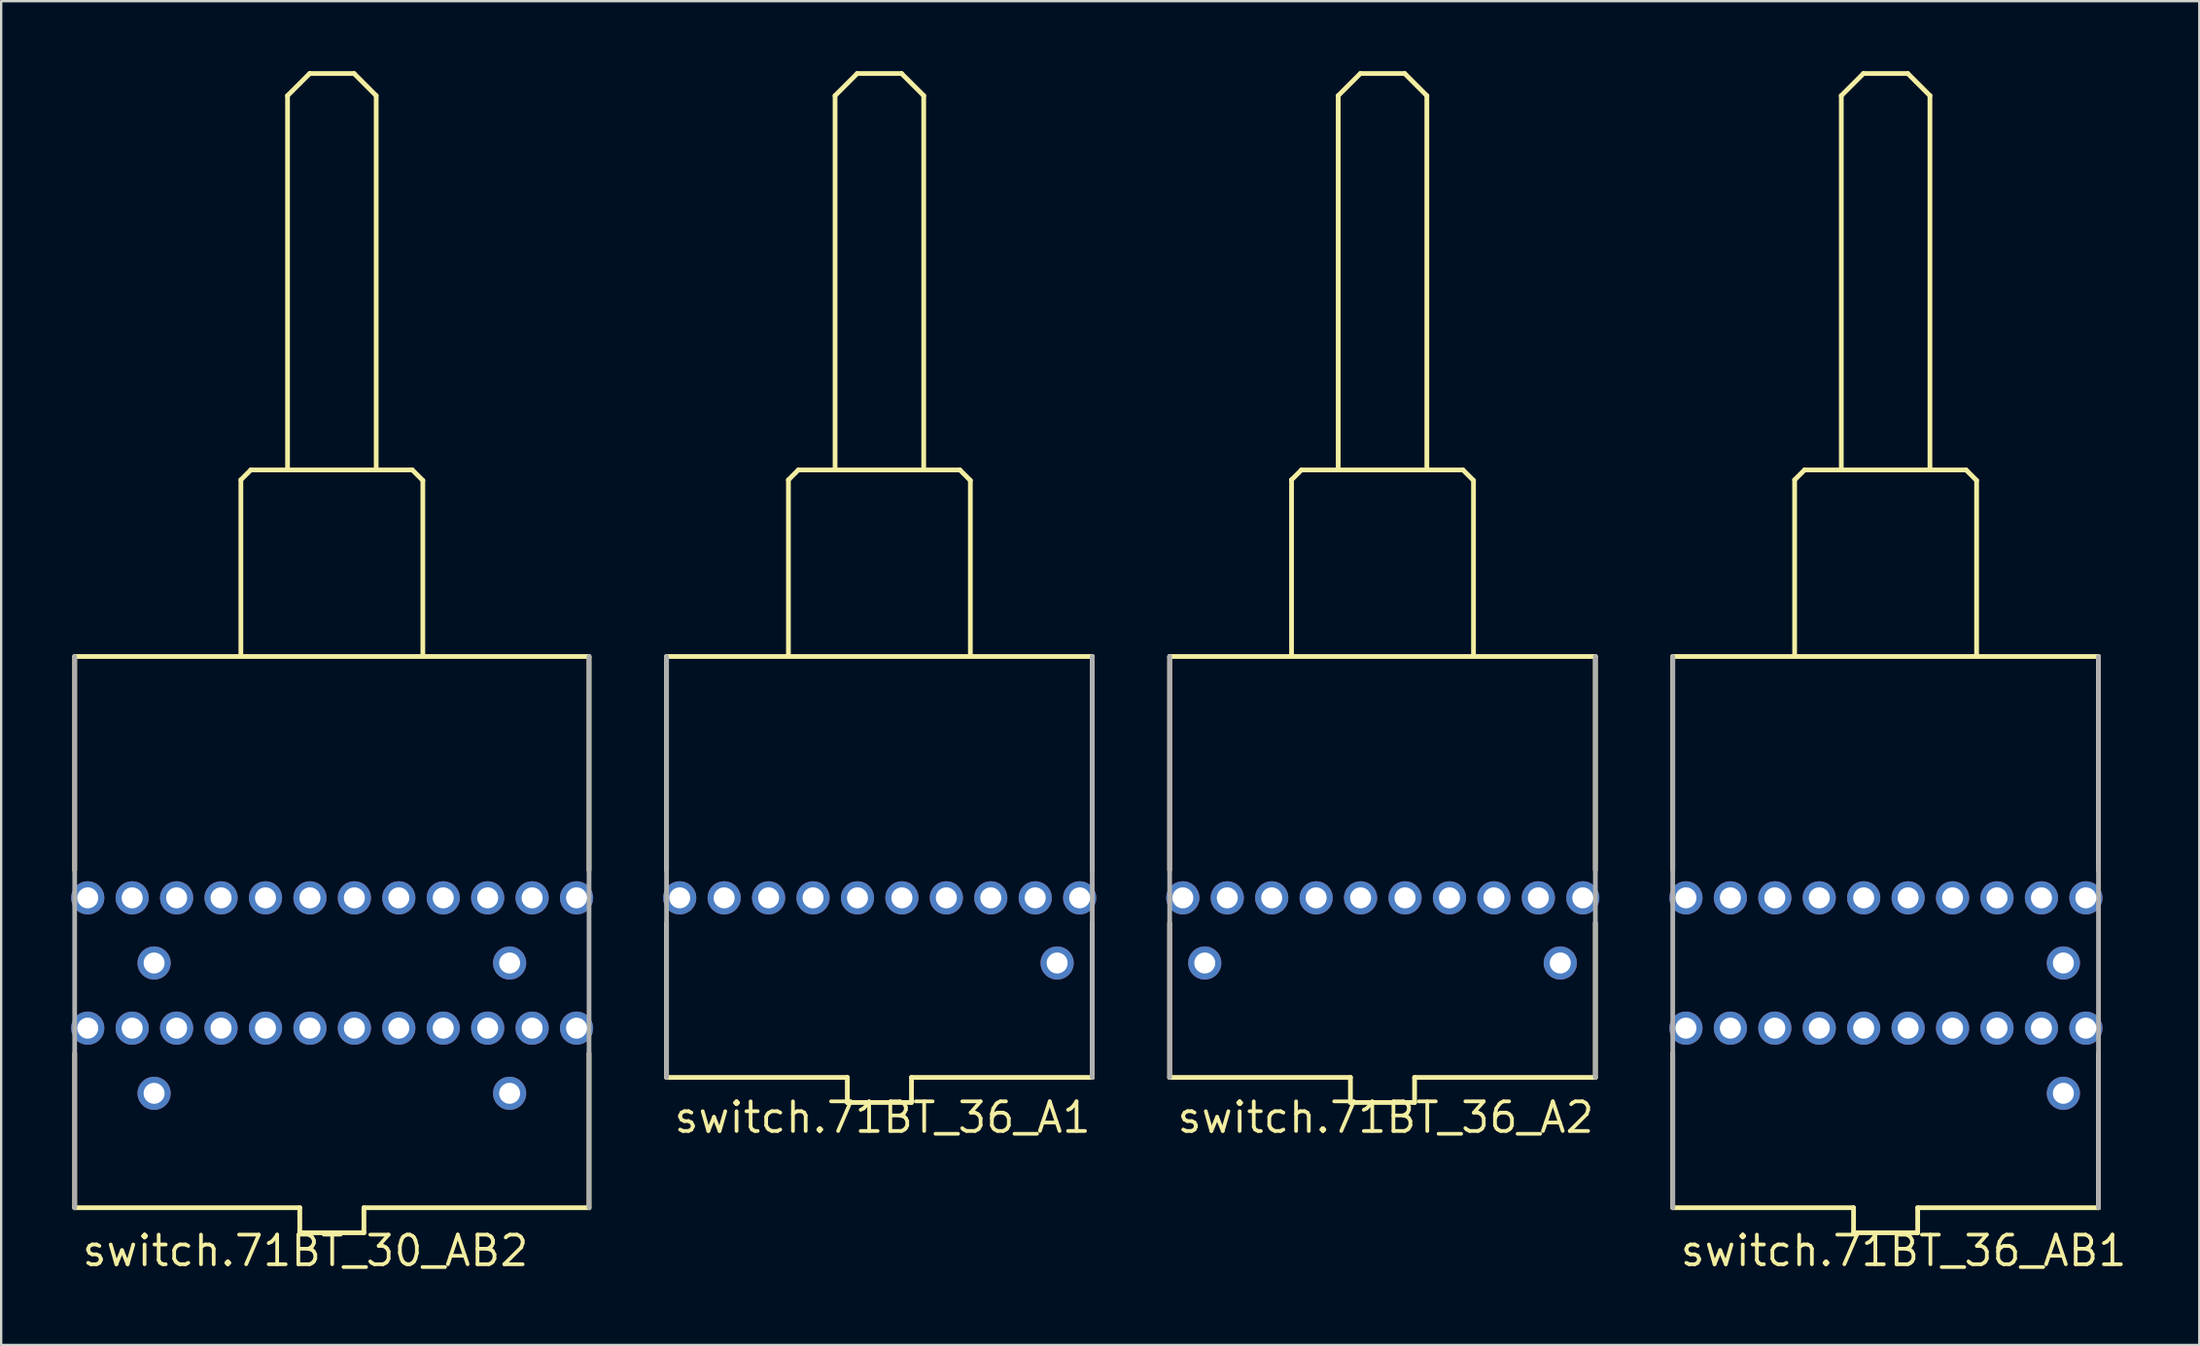
<source format=kicad_pcb>
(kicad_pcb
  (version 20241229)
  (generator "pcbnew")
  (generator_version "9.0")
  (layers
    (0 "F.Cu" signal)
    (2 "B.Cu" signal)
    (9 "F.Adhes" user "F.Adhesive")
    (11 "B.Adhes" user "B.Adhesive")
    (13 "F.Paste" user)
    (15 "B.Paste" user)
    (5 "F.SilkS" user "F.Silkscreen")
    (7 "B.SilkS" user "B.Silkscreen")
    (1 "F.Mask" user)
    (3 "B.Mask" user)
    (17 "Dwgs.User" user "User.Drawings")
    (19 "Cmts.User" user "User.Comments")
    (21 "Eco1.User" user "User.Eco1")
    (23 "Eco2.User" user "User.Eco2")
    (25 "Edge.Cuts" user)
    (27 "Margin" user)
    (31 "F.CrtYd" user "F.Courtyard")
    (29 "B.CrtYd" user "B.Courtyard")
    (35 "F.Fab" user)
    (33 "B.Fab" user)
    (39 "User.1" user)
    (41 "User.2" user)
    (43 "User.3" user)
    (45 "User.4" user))
  (footprint "switch.71BT_36_A2"
    (layer "F.Cu")
    (at 56.216 35.452)
    (property "Reference" "switch.71BT_36_A2" (at -8.89 10.16 0) (layer "F.SilkS") (effects (font (size 1.27 1.27) (thickness 0.16)) (justify left bottom)))
    (attr through_hole)
    (fp_line (start -9.125 -10.35) (end -9.125 -1.19) (stroke (width 0.203) (type default)) (layer "F.SilkS"))
    (fp_line (start -9.125 1.08) (end -9.125 7.7) (stroke (width 0.203) (type default)) (layer "F.SilkS"))
    (fp_line (start -9.125 7.7) (end -1.375 7.7) (stroke (width 0.203) (type default)) (layer "F.SilkS"))
    (fp_line (start -3.9 -17.925) (end -3.475 -18.35) (stroke (width 0.203) (type default)) (layer "F.SilkS"))
    (fp_line (start -3.9 -10.4) (end -3.9 -17.925) (stroke (width 0.203) (type default)) (layer "F.SilkS"))
    (fp_line (start -3.475 -18.35) (end -1.9 -18.35) (stroke (width 0.203) (type default)) (layer "F.SilkS"))
    (fp_line (start -1.9 -34.4) (end -0.95 -35.35) (stroke (width 0.203) (type default)) (layer "F.SilkS"))
    (fp_line (start -1.9 -18.35) (end -1.9 -34.4) (stroke (width 0.203) (type default)) (layer "F.SilkS"))
    (fp_line (start -1.9 -18.35) (end 1.9 -18.35) (stroke (width 0.203) (type default)) (layer "F.SilkS"))
    (fp_line (start -1.375 7.7) (end -1.375 8.775) (stroke (width 0.203) (type default)) (layer "F.SilkS"))
    (fp_line (start -1.375 8.775) (end 1.375 8.775) (stroke (width 0.203) (type default)) (layer "F.SilkS"))
    (fp_line (start -0.95 -35.35) (end 0.95 -35.35) (stroke (width 0.203) (type default)) (layer "F.SilkS"))
    (fp_line (start 0.95 -35.35) (end 1.9 -34.4) (stroke (width 0.203) (type default)) (layer "F.SilkS"))
    (fp_line (start 1.375 7.7) (end 9.125 7.7) (stroke (width 0.203) (type default)) (layer "F.SilkS"))
    (fp_line (start 1.375 8.775) (end 1.375 7.7) (stroke (width 0.203) (type default)) (layer "F.SilkS"))
    (fp_line (start 1.9 -34.4) (end 1.9 -18.35) (stroke (width 0.203) (type default)) (layer "F.SilkS"))
    (fp_line (start 1.9 -18.35) (end 3.45 -18.35) (stroke (width 0.203) (type default)) (layer "F.SilkS"))
    (fp_line (start 3.9 -17.9) (end 3.45 -18.35) (stroke (width 0.203) (type default)) (layer "F.SilkS"))
    (fp_line (start 3.9 -10.375) (end 3.9 -17.9) (stroke (width 0.203) (type default)) (layer "F.SilkS"))
    (fp_line (start 9.125 -10.35) (end -9.125 -10.35) (stroke (width 0.203) (type default)) (layer "F.SilkS"))
    (fp_line (start 9.125 -1.19) (end 9.125 -10.35) (stroke (width 0.203) (type default)) (layer "F.SilkS"))
    (fp_line (start 9.125 7.7) (end 9.125 1.08) (stroke (width 0.203) (type default)) (layer "F.SilkS"))
    (fp_line (start -9.125 -10.35) (end -9.125 7.7) (stroke (width 0.203) (type default)) (layer "F.Fab"))
    (fp_line (start 9.125 7.7) (end 9.125 -10.35) (stroke (width 0.203) (type default)) (layer "F.Fab"))
    (pad "A-C1" thru_hole circle (at 7.62 2.794) (size 1.422 1.422) (drill 0.9) (layers "*.Cu" "*.Mask"))
    (pad "A-C2" thru_hole circle (at -7.62 2.794 180) (size 1.422 1.422) (drill 0.9) (layers "*.Cu" "*.Mask"))
    (pad "A1" thru_hole circle (at 8.585 0 90) (size 1.422 1.422) (drill 0.9) (layers "*.Cu" "*.Mask"))
    (pad "A2" thru_hole circle (at 6.68 0 90) (size 1.422 1.422) (drill 0.9) (layers "*.Cu" "*.Mask"))
    (pad "A3" thru_hole circle (at 4.775 0 90) (size 1.422 1.422) (drill 0.9) (layers "*.Cu" "*.Mask"))
    (pad "A4" thru_hole circle (at 2.87 0 90) (size 1.422 1.422) (drill 0.9) (layers "*.Cu" "*.Mask"))
    (pad "A5" thru_hole circle (at 0.965 0 90) (size 1.422 1.422) (drill 0.9) (layers "*.Cu" "*.Mask"))
    (pad "A6" thru_hole circle (at -0.94 0 90) (size 1.422 1.422) (drill 0.9) (layers "*.Cu" "*.Mask"))
    (pad "A7" thru_hole circle (at -2.845 0 90) (size 1.422 1.422) (drill 0.9) (layers "*.Cu" "*.Mask"))
    (pad "A8" thru_hole circle (at -4.75 0 90) (size 1.422 1.422) (drill 0.9) (layers "*.Cu" "*.Mask"))
    (pad "A9" thru_hole circle (at -6.655 0 90) (size 1.422 1.422) (drill 0.9) (layers "*.Cu" "*.Mask"))
    (pad "A10" thru_hole circle (at -8.56 0 90) (size 1.422 1.422) (drill 0.9) (layers "*.Cu" "*.Mask")))
  (footprint "switch.71BT_30_AB2"
    (layer "F.Cu")
    (at 11.176 35.452)
    (property "Reference" "switch.71BT_30_AB2" (at -10.795 15.875 0) (layer "F.SilkS") (effects (font (size 1.27 1.27) (thickness 0.16)) (justify left bottom)))
    (attr through_hole)
    (fp_line (start -11.025 -10.35) (end -11.025 -1.19) (stroke (width 0.203) (type default)) (layer "F.SilkS"))
    (fp_line (start -11.025 6.668) (end -11.025 13.288) (stroke (width 0.203) (type default)) (layer "F.SilkS"))
    (fp_line (start -11.025 13.288) (end -1.375 13.288) (stroke (width 0.203) (type default)) (layer "F.SilkS"))
    (fp_line (start -3.9 -17.925) (end -3.475 -18.35) (stroke (width 0.203) (type default)) (layer "F.SilkS"))
    (fp_line (start -3.9 -10.4) (end -3.9 -17.925) (stroke (width 0.203) (type default)) (layer "F.SilkS"))
    (fp_line (start -3.475 -18.35) (end -1.9 -18.35) (stroke (width 0.203) (type default)) (layer "F.SilkS"))
    (fp_line (start -1.9 -34.4) (end -0.95 -35.35) (stroke (width 0.203) (type default)) (layer "F.SilkS"))
    (fp_line (start -1.9 -18.35) (end -1.9 -34.4) (stroke (width 0.203) (type default)) (layer "F.SilkS"))
    (fp_line (start -1.9 -18.35) (end 1.9 -18.35) (stroke (width 0.203) (type default)) (layer "F.SilkS"))
    (fp_line (start -1.375 13.288) (end -1.375 14.363) (stroke (width 0.203) (type default)) (layer "F.SilkS"))
    (fp_line (start -1.375 14.363) (end 1.375 14.363) (stroke (width 0.203) (type default)) (layer "F.SilkS"))
    (fp_line (start -0.95 -35.35) (end 0.95 -35.35) (stroke (width 0.203) (type default)) (layer "F.SilkS"))
    (fp_line (start 0.95 -35.35) (end 1.9 -34.4) (stroke (width 0.203) (type default)) (layer "F.SilkS"))
    (fp_line (start 1.375 13.288) (end 11.025 13.288) (stroke (width 0.203) (type default)) (layer "F.SilkS"))
    (fp_line (start 1.375 14.363) (end 1.375 13.288) (stroke (width 0.203) (type default)) (layer "F.SilkS"))
    (fp_line (start 1.9 -34.4) (end 1.9 -18.35) (stroke (width 0.203) (type default)) (layer "F.SilkS"))
    (fp_line (start 1.9 -18.35) (end 3.45 -18.35) (stroke (width 0.203) (type default)) (layer "F.SilkS"))
    (fp_line (start 3.9 -17.9) (end 3.45 -18.35) (stroke (width 0.203) (type default)) (layer "F.SilkS"))
    (fp_line (start 3.9 -10.375) (end 3.9 -17.9) (stroke (width 0.203) (type default)) (layer "F.SilkS"))
    (fp_line (start 11.025 -10.35) (end -11.025 -10.35) (stroke (width 0.203) (type default)) (layer "F.SilkS"))
    (fp_line (start 11.025 -1.19) (end 11.025 -10.35) (stroke (width 0.203) (type default)) (layer "F.SilkS"))
    (fp_line (start 11.025 13.288) (end 11.025 6.668) (stroke (width 0.203) (type default)) (layer "F.SilkS"))
    (fp_line (start -11.025 -10.35) (end -11.025 13.288) (stroke (width 0.203) (type default)) (layer "F.Fab"))
    (fp_line (start 11.025 13.288) (end 11.025 -10.35) (stroke (width 0.203) (type default)) (layer "F.Fab"))
    (pad "A-C1" thru_hole circle (at 7.62 2.794) (size 1.422 1.422) (drill 0.9) (layers "*.Cu" "*.Mask"))
    (pad "A-C2" thru_hole circle (at -7.62 2.794 180) (size 1.422 1.422) (drill 0.9) (layers "*.Cu" "*.Mask"))
    (pad "A1" thru_hole circle (at 10.49 0 90) (size 1.422 1.422) (drill 0.9) (layers "*.Cu" "*.Mask"))
    (pad "A2" thru_hole circle (at 8.585 0 90) (size 1.422 1.422) (drill 0.9) (layers "*.Cu" "*.Mask"))
    (pad "A3" thru_hole circle (at 6.68 0 90) (size 1.422 1.422) (drill 0.9) (layers "*.Cu" "*.Mask"))
    (pad "A4" thru_hole circle (at 4.775 0 90) (size 1.422 1.422) (drill 0.9) (layers "*.Cu" "*.Mask"))
    (pad "A5" thru_hole circle (at 2.87 0 90) (size 1.422 1.422) (drill 0.9) (layers "*.Cu" "*.Mask"))
    (pad "A6" thru_hole circle (at 0.965 0 90) (size 1.422 1.422) (drill 0.9) (layers "*.Cu" "*.Mask"))
    (pad "A7" thru_hole circle (at -0.94 0 90) (size 1.422 1.422) (drill 0.9) (layers "*.Cu" "*.Mask"))
    (pad "A8" thru_hole circle (at -2.845 0 90) (size 1.422 1.422) (drill 0.9) (layers "*.Cu" "*.Mask"))
    (pad "A9" thru_hole circle (at -4.75 0 90) (size 1.422 1.422) (drill 0.9) (layers "*.Cu" "*.Mask"))
    (pad "A10" thru_hole circle (at -6.655 0 90) (size 1.422 1.422) (drill 0.9) (layers "*.Cu" "*.Mask"))
    (pad "A11" thru_hole circle (at -8.56 0 90) (size 1.422 1.422) (drill 0.9) (layers "*.Cu" "*.Mask"))
    (pad "A12" thru_hole circle (at -10.465 0 90) (size 1.422 1.422) (drill 0.9) (layers "*.Cu" "*.Mask"))
    (pad "B-C1" thru_hole circle (at 7.62 8.382) (size 1.422 1.422) (drill 0.9) (layers "*.Cu" "*.Mask"))
    (pad "B-C2" thru_hole circle (at -7.62 8.382 180) (size 1.422 1.422) (drill 0.9) (layers "*.Cu" "*.Mask"))
    (pad "B1" thru_hole circle (at 10.49 5.588 90) (size 1.422 1.422) (drill 0.9) (layers "*.Cu" "*.Mask"))
    (pad "B2" thru_hole circle (at 8.585 5.588 90) (size 1.422 1.422) (drill 0.9) (layers "*.Cu" "*.Mask"))
    (pad "B3" thru_hole circle (at 6.68 5.588 90) (size 1.422 1.422) (drill 0.9) (layers "*.Cu" "*.Mask"))
    (pad "B4" thru_hole circle (at 4.775 5.588 90) (size 1.422 1.422) (drill 0.9) (layers "*.Cu" "*.Mask"))
    (pad "B5" thru_hole circle (at 2.87 5.588 90) (size 1.422 1.422) (drill 0.9) (layers "*.Cu" "*.Mask"))
    (pad "B6" thru_hole circle (at 0.965 5.588 90) (size 1.422 1.422) (drill 0.9) (layers "*.Cu" "*.Mask"))
    (pad "B7" thru_hole circle (at -0.94 5.588 90) (size 1.422 1.422) (drill 0.9) (layers "*.Cu" "*.Mask"))
    (pad "B8" thru_hole circle (at -2.845 5.588 90) (size 1.422 1.422) (drill 0.9) (layers "*.Cu" "*.Mask"))
    (pad "B9" thru_hole circle (at -4.75 5.588 90) (size 1.422 1.422) (drill 0.9) (layers "*.Cu" "*.Mask"))
    (pad "B10" thru_hole circle (at -6.655 5.588 90) (size 1.422 1.422) (drill 0.9) (layers "*.Cu" "*.Mask"))
    (pad "B11" thru_hole circle (at -8.56 5.588 90) (size 1.422 1.422) (drill 0.9) (layers "*.Cu" "*.Mask"))
    (pad "B12" thru_hole circle (at -10.465 5.588 90) (size 1.422 1.422) (drill 0.9) (layers "*.Cu" "*.Mask")))
  (footprint "switch.71BT_36_A1"
    (layer "F.Cu")
    (at 34.648 35.452)
    (property "Reference" "switch.71BT_36_A1" (at -8.89 10.16 0) (layer "F.SilkS") (effects (font (size 1.27 1.27) (thickness 0.16)) (justify left bottom)))
    (attr through_hole)
    (fp_line (start -9.125 -10.35) (end -9.125 -1.19) (stroke (width 0.203) (type default)) (layer "F.SilkS"))
    (fp_line (start -9.125 1.08) (end -9.125 7.7) (stroke (width 0.203) (type default)) (layer "F.SilkS"))
    (fp_line (start -9.125 7.7) (end -1.375 7.7) (stroke (width 0.203) (type default)) (layer "F.SilkS"))
    (fp_line (start -3.9 -17.925) (end -3.475 -18.35) (stroke (width 0.203) (type default)) (layer "F.SilkS"))
    (fp_line (start -3.9 -10.4) (end -3.9 -17.925) (stroke (width 0.203) (type default)) (layer "F.SilkS"))
    (fp_line (start -3.475 -18.35) (end -1.9 -18.35) (stroke (width 0.203) (type default)) (layer "F.SilkS"))
    (fp_line (start -1.9 -34.4) (end -0.95 -35.35) (stroke (width 0.203) (type default)) (layer "F.SilkS"))
    (fp_line (start -1.9 -18.35) (end -1.9 -34.4) (stroke (width 0.203) (type default)) (layer "F.SilkS"))
    (fp_line (start -1.9 -18.35) (end 1.9 -18.35) (stroke (width 0.203) (type default)) (layer "F.SilkS"))
    (fp_line (start -1.375 7.7) (end -1.375 8.775) (stroke (width 0.203) (type default)) (layer "F.SilkS"))
    (fp_line (start -1.375 8.775) (end 1.375 8.775) (stroke (width 0.203) (type default)) (layer "F.SilkS"))
    (fp_line (start -0.95 -35.35) (end 0.95 -35.35) (stroke (width 0.203) (type default)) (layer "F.SilkS"))
    (fp_line (start 0.95 -35.35) (end 1.9 -34.4) (stroke (width 0.203) (type default)) (layer "F.SilkS"))
    (fp_line (start 1.375 7.7) (end 9.125 7.7) (stroke (width 0.203) (type default)) (layer "F.SilkS"))
    (fp_line (start 1.375 8.775) (end 1.375 7.7) (stroke (width 0.203) (type default)) (layer "F.SilkS"))
    (fp_line (start 1.9 -34.4) (end 1.9 -18.35) (stroke (width 0.203) (type default)) (layer "F.SilkS"))
    (fp_line (start 1.9 -18.35) (end 3.45 -18.35) (stroke (width 0.203) (type default)) (layer "F.SilkS"))
    (fp_line (start 3.9 -17.9) (end 3.45 -18.35) (stroke (width 0.203) (type default)) (layer "F.SilkS"))
    (fp_line (start 3.9 -10.375) (end 3.9 -17.9) (stroke (width 0.203) (type default)) (layer "F.SilkS"))
    (fp_line (start 9.125 -10.35) (end -9.125 -10.35) (stroke (width 0.203) (type default)) (layer "F.SilkS"))
    (fp_line (start 9.125 -1.19) (end 9.125 -10.35) (stroke (width 0.203) (type default)) (layer "F.SilkS"))
    (fp_line (start 9.125 7.7) (end 9.125 1.08) (stroke (width 0.203) (type default)) (layer "F.SilkS"))
    (fp_line (start -9.125 -10.35) (end -9.125 7.7) (stroke (width 0.203) (type default)) (layer "F.Fab"))
    (fp_line (start 9.125 7.7) (end 9.125 -10.35) (stroke (width 0.203) (type default)) (layer "F.Fab"))
    (pad "A-C1" thru_hole circle (at 7.62 2.794) (size 1.422 1.422) (drill 0.9) (layers "*.Cu" "*.Mask"))
    (pad "A1" thru_hole circle (at 8.585 0 90) (size 1.422 1.422) (drill 0.9) (layers "*.Cu" "*.Mask"))
    (pad "A2" thru_hole circle (at 6.68 0 90) (size 1.422 1.422) (drill 0.9) (layers "*.Cu" "*.Mask"))
    (pad "A3" thru_hole circle (at 4.775 0 90) (size 1.422 1.422) (drill 0.9) (layers "*.Cu" "*.Mask"))
    (pad "A4" thru_hole circle (at 2.87 0 90) (size 1.422 1.422) (drill 0.9) (layers "*.Cu" "*.Mask"))
    (pad "A5" thru_hole circle (at 0.965 0 90) (size 1.422 1.422) (drill 0.9) (layers "*.Cu" "*.Mask"))
    (pad "A6" thru_hole circle (at -0.94 0 90) (size 1.422 1.422) (drill 0.9) (layers "*.Cu" "*.Mask"))
    (pad "A7" thru_hole circle (at -2.845 0 90) (size 1.422 1.422) (drill 0.9) (layers "*.Cu" "*.Mask"))
    (pad "A8" thru_hole circle (at -4.75 0 90) (size 1.422 1.422) (drill 0.9) (layers "*.Cu" "*.Mask"))
    (pad "A9" thru_hole circle (at -6.655 0 90) (size 1.422 1.422) (drill 0.9) (layers "*.Cu" "*.Mask"))
    (pad "A10" thru_hole circle (at -8.56 0 90) (size 1.422 1.422) (drill 0.9) (layers "*.Cu" "*.Mask")))
  (footprint "switch.71BT_36_AB1"
    (layer "F.Cu")
    (at 77.783 35.452)
    (property "Reference" "switch.71BT_36_AB1" (at -8.89 15.875 0) (layer "F.SilkS") (effects (font (size 1.27 1.27) (thickness 0.16)) (justify left bottom)))
    (attr through_hole)
    (fp_line (start -9.125 -10.35) (end -9.125 -1.19) (stroke (width 0.203) (type default)) (layer "F.SilkS"))
    (fp_line (start -9.125 6.668) (end -9.125 13.288) (stroke (width 0.203) (type default)) (layer "F.SilkS"))
    (fp_line (start -9.125 13.288) (end -1.375 13.288) (stroke (width 0.203) (type default)) (layer "F.SilkS"))
    (fp_line (start -3.9 -17.925) (end -3.475 -18.35) (stroke (width 0.203) (type default)) (layer "F.SilkS"))
    (fp_line (start -3.9 -10.4) (end -3.9 -17.925) (stroke (width 0.203) (type default)) (layer "F.SilkS"))
    (fp_line (start -3.475 -18.35) (end -1.9 -18.35) (stroke (width 0.203) (type default)) (layer "F.SilkS"))
    (fp_line (start -1.9 -34.4) (end -0.95 -35.35) (stroke (width 0.203) (type default)) (layer "F.SilkS"))
    (fp_line (start -1.9 -18.35) (end -1.9 -34.4) (stroke (width 0.203) (type default)) (layer "F.SilkS"))
    (fp_line (start -1.9 -18.35) (end 1.9 -18.35) (stroke (width 0.203) (type default)) (layer "F.SilkS"))
    (fp_line (start -1.375 13.288) (end -1.375 14.363) (stroke (width 0.203) (type default)) (layer "F.SilkS"))
    (fp_line (start -1.375 14.363) (end 1.375 14.363) (stroke (width 0.203) (type default)) (layer "F.SilkS"))
    (fp_line (start -0.95 -35.35) (end 0.95 -35.35) (stroke (width 0.203) (type default)) (layer "F.SilkS"))
    (fp_line (start 0.95 -35.35) (end 1.9 -34.4) (stroke (width 0.203) (type default)) (layer "F.SilkS"))
    (fp_line (start 1.375 13.288) (end 9.125 13.288) (stroke (width 0.203) (type default)) (layer "F.SilkS"))
    (fp_line (start 1.375 14.363) (end 1.375 13.288) (stroke (width 0.203) (type default)) (layer "F.SilkS"))
    (fp_line (start 1.9 -34.4) (end 1.9 -18.35) (stroke (width 0.203) (type default)) (layer "F.SilkS"))
    (fp_line (start 1.9 -18.35) (end 3.45 -18.35) (stroke (width 0.203) (type default)) (layer "F.SilkS"))
    (fp_line (start 3.9 -17.9) (end 3.45 -18.35) (stroke (width 0.203) (type default)) (layer "F.SilkS"))
    (fp_line (start 3.9 -10.375) (end 3.9 -17.9) (stroke (width 0.203) (type default)) (layer "F.SilkS"))
    (fp_line (start 9.125 -10.35) (end -9.125 -10.35) (stroke (width 0.203) (type default)) (layer "F.SilkS"))
    (fp_line (start 9.125 -1.19) (end 9.125 -10.35) (stroke (width 0.203) (type default)) (layer "F.SilkS"))
    (fp_line (start 9.125 13.288) (end 9.125 6.668) (stroke (width 0.203) (type default)) (layer "F.SilkS"))
    (fp_line (start -9.125 -10.35) (end -9.125 13.288) (stroke (width 0.203) (type default)) (layer "F.Fab"))
    (fp_line (start 9.125 13.288) (end 9.125 -10.35) (stroke (width 0.203) (type default)) (layer "F.Fab"))
    (pad "A-C1" thru_hole circle (at 7.62 2.794) (size 1.422 1.422) (drill 0.9) (layers "*.Cu" "*.Mask"))
    (pad "A1" thru_hole circle (at 8.585 0 90) (size 1.422 1.422) (drill 0.9) (layers "*.Cu" "*.Mask"))
    (pad "A2" thru_hole circle (at 6.68 0 90) (size 1.422 1.422) (drill 0.9) (layers "*.Cu" "*.Mask"))
    (pad "A3" thru_hole circle (at 4.775 0 90) (size 1.422 1.422) (drill 0.9) (layers "*.Cu" "*.Mask"))
    (pad "A4" thru_hole circle (at 2.87 0 90) (size 1.422 1.422) (drill 0.9) (layers "*.Cu" "*.Mask"))
    (pad "A5" thru_hole circle (at 0.965 0 90) (size 1.422 1.422) (drill 0.9) (layers "*.Cu" "*.Mask"))
    (pad "A6" thru_hole circle (at -0.94 0 90) (size 1.422 1.422) (drill 0.9) (layers "*.Cu" "*.Mask"))
    (pad "A7" thru_hole circle (at -2.845 0 90) (size 1.422 1.422) (drill 0.9) (layers "*.Cu" "*.Mask"))
    (pad "A8" thru_hole circle (at -4.75 0 90) (size 1.422 1.422) (drill 0.9) (layers "*.Cu" "*.Mask"))
    (pad "A9" thru_hole circle (at -6.655 0 90) (size 1.422 1.422) (drill 0.9) (layers "*.Cu" "*.Mask"))
    (pad "A10" thru_hole circle (at -8.56 0 90) (size 1.422 1.422) (drill 0.9) (layers "*.Cu" "*.Mask"))
    (pad "B-C1" thru_hole circle (at 7.62 8.382) (size 1.422 1.422) (drill 0.9) (layers "*.Cu" "*.Mask"))
    (pad "B1" thru_hole circle (at 8.585 5.588 90) (size 1.422 1.422) (drill 0.9) (layers "*.Cu" "*.Mask"))
    (pad "B2" thru_hole circle (at 6.68 5.588 90) (size 1.422 1.422) (drill 0.9) (layers "*.Cu" "*.Mask"))
    (pad "B3" thru_hole circle (at 4.775 5.588 90) (size 1.422 1.422) (drill 0.9) (layers "*.Cu" "*.Mask"))
    (pad "B4" thru_hole circle (at 2.87 5.588 90) (size 1.422 1.422) (drill 0.9) (layers "*.Cu" "*.Mask"))
    (pad "B5" thru_hole circle (at 0.965 5.588 90) (size 1.422 1.422) (drill 0.9) (layers "*.Cu" "*.Mask"))
    (pad "B6" thru_hole circle (at -0.94 5.588 90) (size 1.422 1.422) (drill 0.9) (layers "*.Cu" "*.Mask"))
    (pad "B7" thru_hole circle (at -2.845 5.588 90) (size 1.422 1.422) (drill 0.9) (layers "*.Cu" "*.Mask"))
    (pad "B8" thru_hole circle (at -4.75 5.588 90) (size 1.422 1.422) (drill 0.9) (layers "*.Cu" "*.Mask"))
    (pad "B9" thru_hole circle (at -6.655 5.588 90) (size 1.422 1.422) (drill 0.9) (layers "*.Cu" "*.Mask"))
    (pad "B10" thru_hole circle (at -8.56 5.588 90) (size 1.422 1.422) (drill 0.9) (layers "*.Cu" "*.Mask")))
  (gr_rect
    (start -3 -3)
    (end 91.23 54.624)
    (stroke (width 0.1) (type default))
    (fill no)
    (layer "Edge.Cuts")))
</source>
